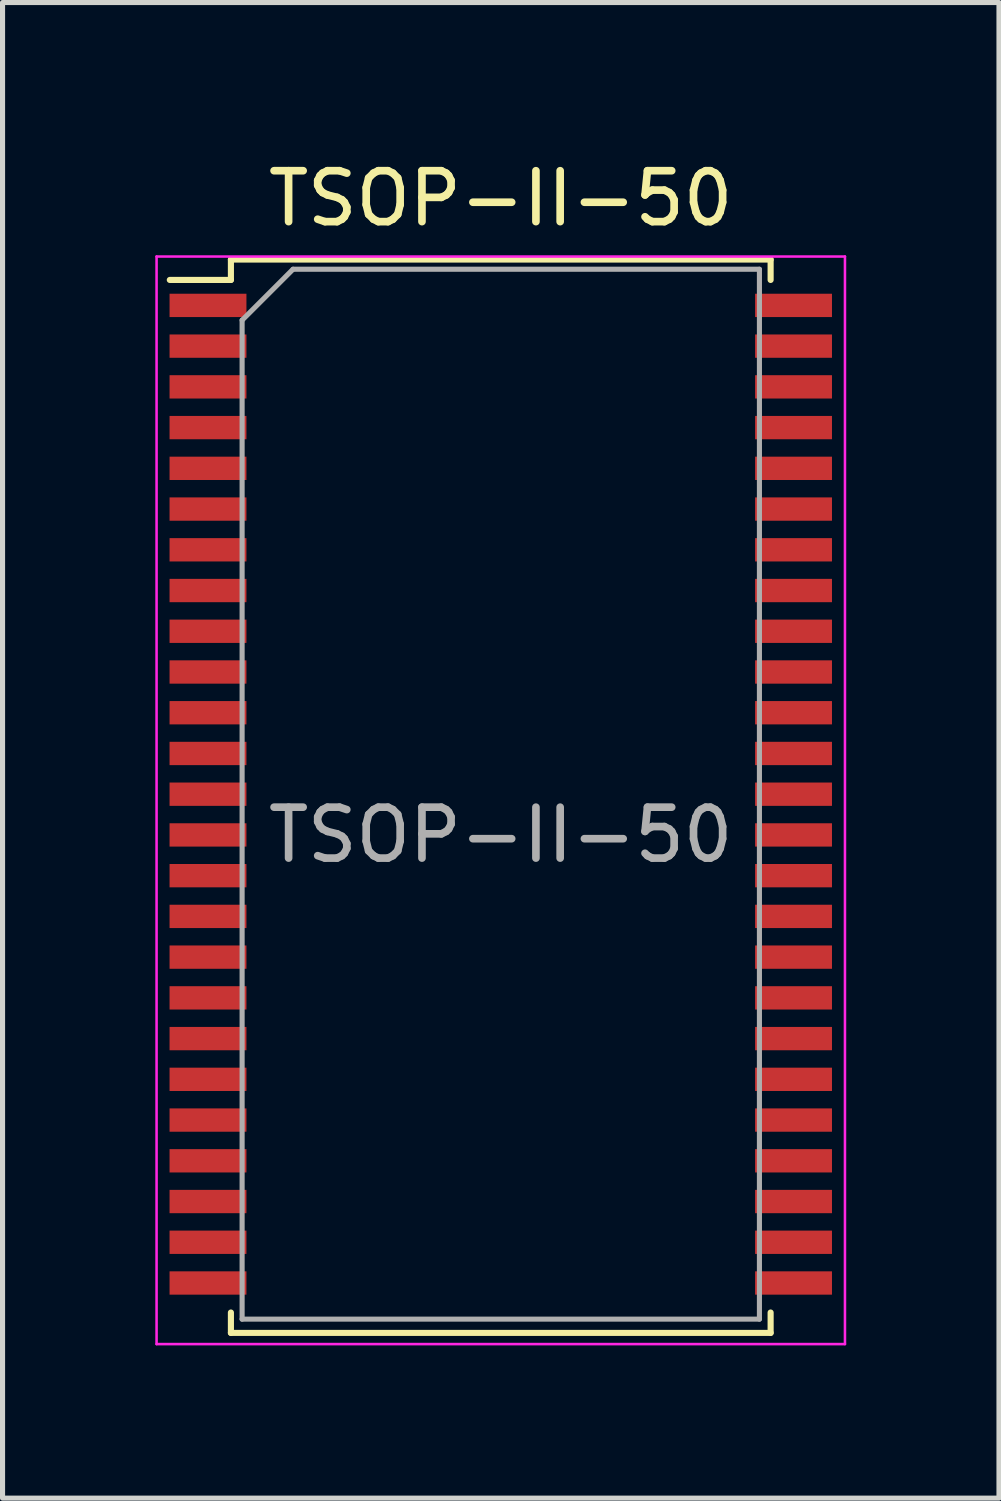
<source format=kicad_pcb>
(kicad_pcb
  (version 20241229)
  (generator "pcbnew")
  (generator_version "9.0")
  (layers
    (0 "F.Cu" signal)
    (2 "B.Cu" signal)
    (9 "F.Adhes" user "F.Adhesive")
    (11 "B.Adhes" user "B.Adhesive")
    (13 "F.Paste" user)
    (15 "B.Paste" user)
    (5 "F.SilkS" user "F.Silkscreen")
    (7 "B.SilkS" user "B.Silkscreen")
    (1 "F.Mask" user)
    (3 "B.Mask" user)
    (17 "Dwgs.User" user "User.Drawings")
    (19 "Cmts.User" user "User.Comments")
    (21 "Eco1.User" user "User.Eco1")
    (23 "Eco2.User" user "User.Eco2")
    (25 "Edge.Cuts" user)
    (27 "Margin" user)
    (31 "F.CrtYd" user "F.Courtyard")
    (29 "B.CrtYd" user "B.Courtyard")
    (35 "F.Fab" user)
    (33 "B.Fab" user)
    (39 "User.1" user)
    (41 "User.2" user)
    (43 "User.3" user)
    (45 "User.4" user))
  (footprint "TSOP-II-50"
    (layer "F.Cu")
    (at 6.785 13.348)
    (property "Reference" "TSOP-II-50" (at 0 -12.5 0) (layer "F.SilkS") (effects (font (size 1 1) (thickness 0.15))))
    (attr smd)
    (fp_line (start -6.5 -10.9) (end -5.3 -10.9) (stroke (width 0.12) (type solid)) (layer "F.SilkS"))
    (fp_line (start -5.3 -11.3) (end 5.3 -11.3) (stroke (width 0.12) (type solid)) (layer "F.SilkS"))
    (fp_line (start -5.3 -10.9) (end -5.3 -11.3) (stroke (width 0.12) (type solid)) (layer "F.SilkS"))
    (fp_line (start -5.3 9.38) (end -5.3 9.78) (stroke (width 0.12) (type solid)) (layer "F.SilkS"))
    (fp_line (start -5.3 9.78) (end 5.3 9.78) (stroke (width 0.12) (type solid)) (layer "F.SilkS"))
    (fp_line (start 5.3 -11.3) (end 5.3 -10.9) (stroke (width 0.12) (type solid)) (layer "F.SilkS"))
    (fp_line (start 5.3 9.38) (end 5.3 9.78) (stroke (width 0.12) (type solid)) (layer "F.SilkS"))
    (fp_line (start -6.76 -11.36) (end -6.76 10) (stroke (width 0.05) (type solid)) (layer "F.CrtYd"))
    (fp_line (start -6.76 -11.36) (end 6.76 -11.36) (stroke (width 0.05) (type solid)) (layer "F.CrtYd"))
    (fp_line (start 6.76 -11.36) (end 6.76 10) (stroke (width 0.05) (type solid)) (layer "F.CrtYd"))
    (fp_line (start 6.76 10) (end -6.76 10) (stroke (width 0.05) (type solid)) (layer "F.CrtYd"))
    (fp_line (start -5.08 9.51) (end -5.08 -10.11) (stroke (width 0.1) (type solid)) (layer "F.Fab"))
    (fp_line (start -4.08 -11.11) (end -5.08 -10.11) (stroke (width 0.1) (type solid)) (layer "F.Fab"))
    (fp_line (start -4.08 -11.11) (end 5.08 -11.11) (stroke (width 0.1) (type solid)) (layer "F.Fab"))
    (fp_line (start 5.08 -11.11) (end 5.08 9.51) (stroke (width 0.1) (type solid)) (layer "F.Fab"))
    (fp_line (start 5.08 9.51) (end -5.08 9.51) (stroke (width 0.1) (type solid)) (layer "F.Fab"))
    (fp_text user "${REFERENCE}" (at 0 0 0) (layer "F.Fab") (effects (font (size 1 1) (thickness 0.15))))
    (pad "1" smd rect (at -5.75 -10.4) (size 1.51 0.458) (layers "F.Cu" "F.Mask" "F.Paste"))
    (pad "2" smd rect (at -5.75 -9.6) (size 1.51 0.458) (layers "F.Cu" "F.Mask" "F.Paste"))
    (pad "3" smd rect (at -5.75 -8.8) (size 1.51 0.458) (layers "F.Cu" "F.Mask" "F.Paste"))
    (pad "4" smd rect (at -5.75 -8) (size 1.51 0.458) (layers "F.Cu" "F.Mask" "F.Paste"))
    (pad "5" smd rect (at -5.75 -7.2) (size 1.51 0.458) (layers "F.Cu" "F.Mask" "F.Paste"))
    (pad "6" smd rect (at -5.75 -6.4) (size 1.51 0.458) (layers "F.Cu" "F.Mask" "F.Paste"))
    (pad "7" smd rect (at -5.75 -5.6) (size 1.51 0.458) (layers "F.Cu" "F.Mask" "F.Paste"))
    (pad "8" smd rect (at -5.75 -4.8) (size 1.51 0.458) (layers "F.Cu" "F.Mask" "F.Paste"))
    (pad "9" smd rect (at -5.75 -4) (size 1.51 0.458) (layers "F.Cu" "F.Mask" "F.Paste"))
    (pad "10" smd rect (at -5.75 -3.2) (size 1.51 0.458) (layers "F.Cu" "F.Mask" "F.Paste"))
    (pad "11" smd rect (at -5.75 -2.4) (size 1.51 0.458) (layers "F.Cu" "F.Mask" "F.Paste"))
    (pad "12" smd rect (at -5.75 -1.6) (size 1.51 0.458) (layers "F.Cu" "F.Mask" "F.Paste"))
    (pad "13" smd rect (at -5.75 -0.8) (size 1.51 0.458) (layers "F.Cu" "F.Mask" "F.Paste"))
    (pad "14" smd rect (at -5.75 0) (size 1.51 0.458) (layers "F.Cu" "F.Mask" "F.Paste"))
    (pad "15" smd rect (at -5.75 0.8) (size 1.51 0.458) (layers "F.Cu" "F.Mask" "F.Paste"))
    (pad "16" smd rect (at -5.75 1.6) (size 1.51 0.458) (layers "F.Cu" "F.Mask" "F.Paste"))
    (pad "17" smd rect (at -5.75 2.4) (size 1.51 0.458) (layers "F.Cu" "F.Mask" "F.Paste"))
    (pad "18" smd rect (at -5.75 3.2) (size 1.51 0.458) (layers "F.Cu" "F.Mask" "F.Paste"))
    (pad "19" smd rect (at -5.75 4) (size 1.51 0.458) (layers "F.Cu" "F.Mask" "F.Paste"))
    (pad "20" smd rect (at -5.75 4.8) (size 1.51 0.458) (layers "F.Cu" "F.Mask" "F.Paste"))
    (pad "21" smd rect (at -5.75 5.6) (size 1.51 0.458) (layers "F.Cu" "F.Mask" "F.Paste"))
    (pad "22" smd rect (at -5.75 6.4) (size 1.51 0.458) (layers "F.Cu" "F.Mask" "F.Paste"))
    (pad "23" smd rect (at -5.75 7.2) (size 1.51 0.458) (layers "F.Cu" "F.Mask" "F.Paste"))
    (pad "24" smd rect (at -5.75 8) (size 1.51 0.458) (layers "F.Cu" "F.Mask" "F.Paste"))
    (pad "25" smd rect (at -5.75 8.8) (size 1.51 0.458) (layers "F.Cu" "F.Mask" "F.Paste"))
    (pad "26" smd rect (at 5.75 8.8) (size 1.51 0.458) (layers "F.Cu" "F.Mask" "F.Paste"))
    (pad "27" smd rect (at 5.75 8) (size 1.51 0.458) (layers "F.Cu" "F.Mask" "F.Paste"))
    (pad "28" smd rect (at 5.75 7.2) (size 1.51 0.458) (layers "F.Cu" "F.Mask" "F.Paste"))
    (pad "29" smd rect (at 5.75 6.4) (size 1.51 0.458) (layers "F.Cu" "F.Mask" "F.Paste"))
    (pad "30" smd rect (at 5.75 5.6) (size 1.51 0.458) (layers "F.Cu" "F.Mask" "F.Paste"))
    (pad "31" smd rect (at 5.75 4.8) (size 1.51 0.458) (layers "F.Cu" "F.Mask" "F.Paste"))
    (pad "32" smd rect (at 5.75 4) (size 1.51 0.458) (layers "F.Cu" "F.Mask" "F.Paste"))
    (pad "33" smd rect (at 5.75 3.2) (size 1.51 0.458) (layers "F.Cu" "F.Mask" "F.Paste"))
    (pad "34" smd rect (at 5.75 2.4) (size 1.51 0.458) (layers "F.Cu" "F.Mask" "F.Paste"))
    (pad "35" smd rect (at 5.75 1.6) (size 1.51 0.458) (layers "F.Cu" "F.Mask" "F.Paste"))
    (pad "36" smd rect (at 5.75 0.8) (size 1.51 0.458) (layers "F.Cu" "F.Mask" "F.Paste"))
    (pad "37" smd rect (at 5.75 0) (size 1.51 0.458) (layers "F.Cu" "F.Mask" "F.Paste"))
    (pad "38" smd rect (at 5.75 -0.8) (size 1.51 0.458) (layers "F.Cu" "F.Mask" "F.Paste"))
    (pad "39" smd rect (at 5.75 -1.6) (size 1.51 0.458) (layers "F.Cu" "F.Mask" "F.Paste"))
    (pad "40" smd rect (at 5.75 -2.4) (size 1.51 0.458) (layers "F.Cu" "F.Mask" "F.Paste"))
    (pad "41" smd rect (at 5.75 -3.2) (size 1.51 0.458) (layers "F.Cu" "F.Mask" "F.Paste"))
    (pad "42" smd rect (at 5.75 -4) (size 1.51 0.458) (layers "F.Cu" "F.Mask" "F.Paste"))
    (pad "43" smd rect (at 5.75 -4.8) (size 1.51 0.458) (layers "F.Cu" "F.Mask" "F.Paste"))
    (pad "44" smd rect (at 5.75 -5.6) (size 1.51 0.458) (layers "F.Cu" "F.Mask" "F.Paste"))
    (pad "45" smd rect (at 5.75 -6.4) (size 1.51 0.458) (layers "F.Cu" "F.Mask" "F.Paste"))
    (pad "46" smd rect (at 5.75 -7.2) (size 1.51 0.458) (layers "F.Cu" "F.Mask" "F.Paste"))
    (pad "47" smd rect (at 5.75 -8) (size 1.51 0.458) (layers "F.Cu" "F.Mask" "F.Paste"))
    (pad "48" smd rect (at 5.75 -8.8) (size 1.51 0.458) (layers "F.Cu" "F.Mask" "F.Paste"))
    (pad "49" smd rect (at 5.75 -9.6) (size 1.51 0.458) (layers "F.Cu" "F.Mask" "F.Paste"))
    (pad "50" smd rect (at 5.75 -10.4) (size 1.51 0.458) (layers "F.Cu" "F.Mask" "F.Paste")))
  (gr_rect
    (start -3 -3)
    (end 16.57 26.373)
    (stroke (width 0.1) (type default))
    (fill no)
    (layer "Edge.Cuts")))
</source>
